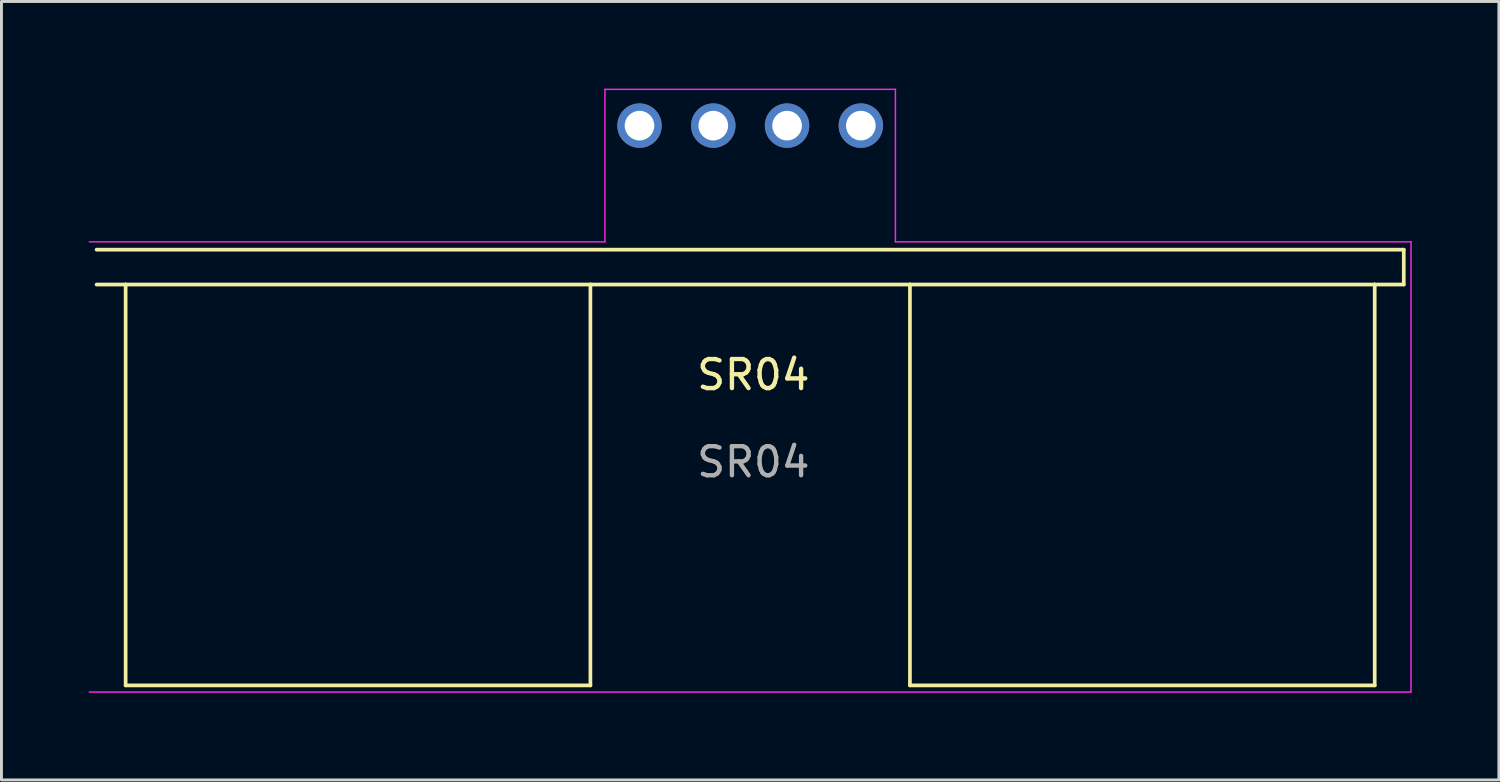
<source format=kicad_pcb>
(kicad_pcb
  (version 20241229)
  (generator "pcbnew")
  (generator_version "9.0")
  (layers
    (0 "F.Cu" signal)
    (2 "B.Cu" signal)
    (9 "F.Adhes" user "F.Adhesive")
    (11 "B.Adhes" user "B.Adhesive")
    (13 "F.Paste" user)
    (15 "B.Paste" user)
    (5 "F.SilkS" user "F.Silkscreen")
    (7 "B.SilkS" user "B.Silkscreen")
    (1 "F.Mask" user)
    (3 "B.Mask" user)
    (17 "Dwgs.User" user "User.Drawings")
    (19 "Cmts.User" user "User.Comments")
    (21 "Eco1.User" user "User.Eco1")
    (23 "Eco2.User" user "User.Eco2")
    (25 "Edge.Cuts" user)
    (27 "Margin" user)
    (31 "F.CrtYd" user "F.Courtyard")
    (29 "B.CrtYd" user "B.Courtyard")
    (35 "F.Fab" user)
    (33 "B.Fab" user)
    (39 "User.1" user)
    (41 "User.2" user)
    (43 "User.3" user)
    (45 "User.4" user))
  (footprint "SR04"
    (layer "F.Cu")
    (at 22.885 10.355)
    (property "Reference" "SR04" (at 0 -0.5 0) (unlocked yes) (layer "F.SilkS") (effects (font (size 1 1) (thickness 0.15))))
    (attr smd)
    (fp_line (start -22.61 -4.81) (end 22.39 -4.81) (stroke (width 0.127) (type solid)) (layer "F.SilkS"))
    (fp_line (start -21.61 -3.61) (end -22.61 -3.61) (stroke (width 0.127) (type solid)) (layer "F.SilkS"))
    (fp_line (start -21.61 -3.61) (end -21.61 10.19) (stroke (width 0.127) (type solid)) (layer "F.SilkS"))
    (fp_line (start -21.61 10.19) (end -5.61 10.19) (stroke (width 0.127) (type solid)) (layer "F.SilkS"))
    (fp_line (start -5.61 -3.61) (end -21.61 -3.61) (stroke (width 0.127) (type solid)) (layer "F.SilkS"))
    (fp_line (start -5.61 -3.61) (end -5.61 10.19) (stroke (width 0.127) (type solid)) (layer "F.SilkS"))
    (fp_line (start 5.39 -3.61) (end -5.61 -3.61) (stroke (width 0.127) (type solid)) (layer "F.SilkS"))
    (fp_line (start 5.39 -3.61) (end 5.39 10.19) (stroke (width 0.127) (type solid)) (layer "F.SilkS"))
    (fp_line (start 5.39 10.19) (end 21.39 10.19) (stroke (width 0.127) (type solid)) (layer "F.SilkS"))
    (fp_line (start 21.39 -3.61) (end 5.39 -3.61) (stroke (width 0.127) (type solid)) (layer "F.SilkS"))
    (fp_line (start 21.39 -3.61) (end 21.39 10.19) (stroke (width 0.127) (type solid)) (layer "F.SilkS"))
    (fp_line (start 22.39 -4.81) (end 22.39 -3.61) (stroke (width 0.127) (type solid)) (layer "F.SilkS"))
    (fp_line (start 22.39 -3.61) (end 21.39 -3.61) (stroke (width 0.127) (type solid)) (layer "F.SilkS"))
    (fp_line (start -22.86 10.42) (end 22.64 10.42) (stroke (width 0.05) (type solid)) (layer "F.CrtYd"))
    (fp_line (start -5.11 -10.33) (end -5.11 -5.08) (stroke (width 0.05) (type solid)) (layer "F.CrtYd"))
    (fp_line (start -5.11 -5.08) (end -22.86 -5.08) (stroke (width 0.05) (type solid)) (layer "F.CrtYd"))
    (fp_line (start 4.89 -10.33) (end -5.11 -10.33) (stroke (width 0.05) (type solid)) (layer "F.CrtYd"))
    (fp_line (start 4.89 -5.08) (end 4.89 -10.33) (stroke (width 0.05) (type solid)) (layer "F.CrtYd"))
    (fp_line (start 22.64 -5.08) (end 4.89 -5.08) (stroke (width 0.05) (type solid)) (layer "F.CrtYd"))
    (fp_line (start 22.64 10.42) (end 22.64 -5.08) (stroke (width 0.05) (type solid)) (layer "F.CrtYd"))
    (fp_text user "${REFERENCE}" (at 0 2.5 0) (unlocked yes) (layer "F.Fab") (effects (font (size 1 1) (thickness 0.15))))
    (pad "1" thru_hole circle (at -3.92 -9.08) (size 1.53 1.53) (drill 1.02) (layers "*.Cu" "*.Mask"))
    (pad "2" thru_hole circle (at -1.38 -9.08) (size 1.53 1.53) (drill 1.02) (layers "*.Cu" "*.Mask"))
    (pad "3" thru_hole circle (at 1.16 -9.08) (size 1.53 1.53) (drill 1.02) (layers "*.Cu" "*.Mask"))
    (pad "4" thru_hole circle (at 3.7 -9.08) (size 1.53 1.53) (drill 1.02) (layers "*.Cu" "*.Mask")))
  (gr_rect
    (start -3 -3)
    (end 48.55 23.8)
    (stroke (width 0.1) (type default))
    (fill no)
    (layer "Edge.Cuts")))
</source>
